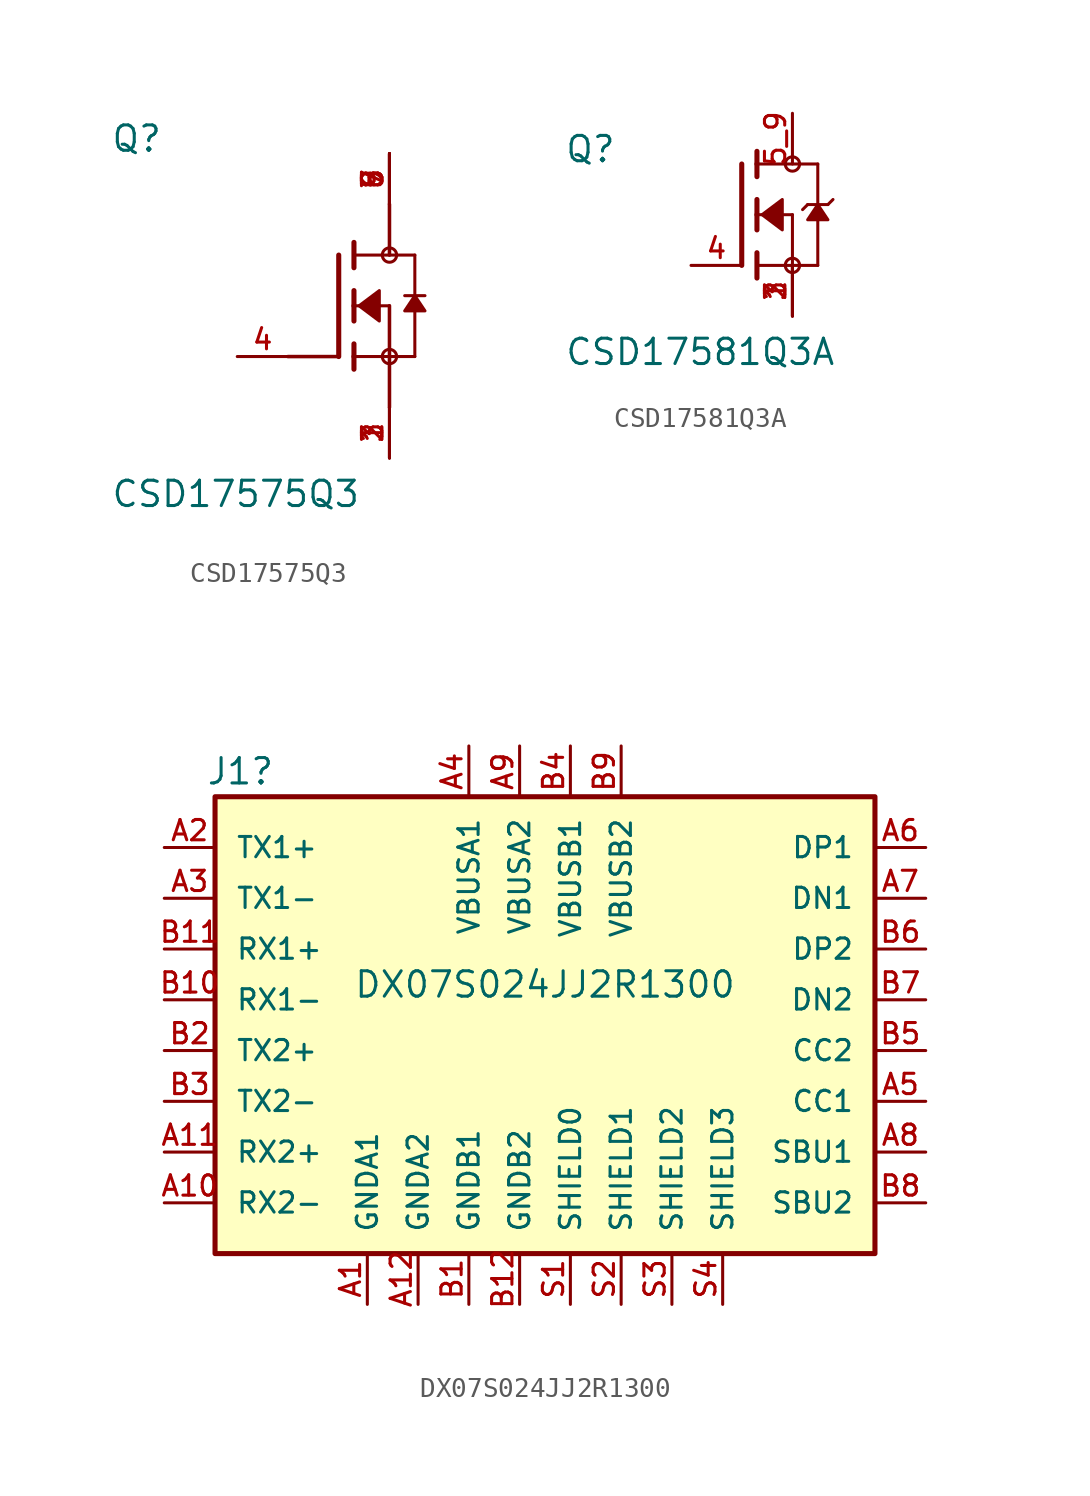
<source format=kicad_sym>
(kicad_symbol_lib
  (version 20241209)
  (generator "kicad_symbol_editor")
  (generator_version "9.0")
  (symbol "CSD17575Q3"
    (pin_names
      (offset 1.016))
    (property "Reference" "Q"
      (at -13.966 7.623 0)
      (effects (font (size 1.27 1.27)) (justify left bottom)))
    (property "Value" "CSD17575Q3"
      (at -13.965 -10.163 0)
      (effects (font (size 1.27 1.27)) (justify left bottom)))
    (symbol "CSD17575Q3_0_0"
      (polyline (pts (xy -5.08 -2.54) (xy -2.54 -2.54)) (stroke (width 0.178) (type default)) (fill (type none)))
      (polyline (pts (xy -2.54 -2.54) (xy -2.54 2.54)) (stroke (width 0.254) (type default)) (fill (type none)))
      (polyline (pts (xy -1.778 1.905) (xy -1.778 3.175)) (stroke (width 0.254) (type default)) (fill (type none)))
      (polyline (pts (xy -1.778 0) (xy -1.778 0.762)) (stroke (width 0.254) (type default)) (fill (type none)))
      (polyline (pts (xy -1.778 0) (xy 0 0)) (stroke (width 0.152) (type default)) (fill (type none)))
      (polyline (pts (xy -1.778 -0.762) (xy -1.778 0)) (stroke (width 0.254) (type default)) (fill (type none)))
      (polyline (pts (xy -1.778 -2.54) (xy -1.778 -1.905)) (stroke (width 0.254) (type default)) (fill (type none)))
      (polyline (pts (xy -1.778 -2.54) (xy 0 -2.54)) (stroke (width 0.152) (type default)) (fill (type none)))
      (polyline (pts (xy -1.778 -3.175) (xy -1.778 -2.54)) (stroke (width 0.254) (type default)) (fill (type none)))
      (polyline (pts (xy -1.524 0) (xy -0.508 -0.762) (xy -0.508 0.762) (xy -1.524 0)) (stroke (width 0.152) (type default)) (fill (type outline)))
      (circle (center 0 2.54) (radius 0.359) (stroke (width 0) (type default)) (fill (type none)))
      (polyline (pts (xy 0 2.54) (xy 0 5.08)) (stroke (width 0.178) (type default)) (fill (type none)))
      (polyline (pts (xy 0 0) (xy 0 -2.54)) (stroke (width 0.178) (type default)) (fill (type none)))
      (polyline (pts (xy 0 -2.54) (xy 0 -5.08)) (stroke (width 0.178) (type default)) (fill (type none)))
      (polyline (pts (xy 0 -2.54) (xy 1.27 -2.54)) (stroke (width 0.152) (type default)) (fill (type none)))
      (circle (center 0 -2.54) (radius 0.359) (stroke (width 0) (type default)) (fill (type none)))
      (polyline (pts (xy 0.762 0.508) (xy 1.778 0.508)) (stroke (width 0.152) (type default)) (fill (type none)))
      (polyline (pts (xy 1.27 2.54) (xy -1.778 2.54)) (stroke (width 0.152) (type default)) (fill (type none)))
      (polyline (pts (xy 1.27 0.508) (xy 1.778 -0.254) (xy 0.762 -0.254) (xy 1.27 0.508)) (stroke (width 0.152) (type default)) (fill (type outline)))
      (polyline (pts (xy 1.27 -2.54) (xy 1.27 2.54)) (stroke (width 0.152) (type default)) (fill (type none)))
      (pin passive line (at -7.62 -2.54 0) (length 2.54) (name "~" (effects (font (size 1.016 1.016)))) (number "4" (effects (font (size 1.016 1.016)))))
      (pin passive line (at 0 7.62 270) (length 2.54) (name "~" (effects (font (size 1.016 1.016)))) (number "5" (effects (font (size 1.016 1.016)))))
      (pin passive line (at 0 7.62 270) (length 2.54) (name "~" (effects (font (size 1.016 1.016)))) (number "6" (effects (font (size 1.016 1.016)))))
      (pin passive line (at 0 7.62 270) (length 2.54) (name "~" (effects (font (size 1.016 1.016)))) (number "7" (effects (font (size 1.016 1.016)))))
      (pin passive line (at 0 7.62 270) (length 2.54) (name "~" (effects (font (size 1.016 1.016)))) (number "8" (effects (font (size 1.016 1.016)))))
      (pin passive line (at 0 7.62 270) (length 2.54) (name "~" (effects (font (size 1.016 1.016)))) (number "9" (effects (font (size 1.016 1.016)))))
      (pin passive line (at 0 -7.62 90) (length 2.54) (name "~" (effects (font (size 1.016 1.016)))) (number "1" (effects (font (size 1.016 1.016)))))
      (pin passive line (at 0 -7.62 90) (length 2.54) (name "~" (effects (font (size 1.016 1.016)))) (number "2" (effects (font (size 1.016 1.016)))))
      (pin passive line (at 0 -7.62 90) (length 2.54) (name "~" (effects (font (size 1.016 1.016)))) (number "3" (effects (font (size 1.016 1.016)))))))
  (symbol "CSD17581Q3A"
    (pin_names
      (offset 1.016))
    (property "Reference" "Q"
      (at -8.89 2.54 0)
      (effects (font (size 1.27 1.27)) (justify left bottom)))
    (property "Value" "CSD17581Q3A"
      (at -8.89 -7.62 0)
      (effects (font (size 1.27 1.27)) (justify left bottom)))
    (symbol "CSD17581Q3A_0_0"
      (polyline (pts (xy 0 2.54) (xy 0 -2.54)) (stroke (width 0.254) (type default)) (fill (type none)))
      (polyline (pts (xy 0.762 3.175) (xy 0.762 2.54)) (stroke (width 0.254) (type default)) (fill (type none)))
      (polyline (pts (xy 0.762 2.54) (xy 0.762 1.905)) (stroke (width 0.254) (type default)) (fill (type none)))
      (polyline (pts (xy 0.762 2.54) (xy 3.81 2.54)) (stroke (width 0.152) (type default)) (fill (type none)))
      (polyline (pts (xy 0.762 0.762) (xy 0.762 0)) (stroke (width 0.254) (type default)) (fill (type none)))
      (polyline (pts (xy 0.762 0) (xy 0.762 -0.762)) (stroke (width 0.254) (type default)) (fill (type none)))
      (polyline (pts (xy 0.762 0) (xy 2.54 0)) (stroke (width 0.152) (type default)) (fill (type none)))
      (polyline (pts (xy 0.762 -1.905) (xy 0.762 -3.175)) (stroke (width 0.254) (type default)) (fill (type none)))
      (polyline (pts (xy 1.016 0) (xy 2.032 0.762) (xy 2.032 -0.762) (xy 1.016 0)) (stroke (width 0.152) (type default)) (fill (type outline)))
      (circle (center 2.54 2.54) (radius 0.359) (stroke (width 0) (type default)) (fill (type none)))
      (polyline (pts (xy 2.54 0) (xy 2.54 -2.54)) (stroke (width 0.152) (type default)) (fill (type none)))
      (circle (center 2.54 -2.54) (radius 0.359) (stroke (width 0) (type default)) (fill (type none)))
      (polyline (pts (xy 3.302 0.508) (xy 3.048 0.254)) (stroke (width 0.152) (type default)) (fill (type none)))
      (polyline (pts (xy 3.81 2.54) (xy 3.81 0.508)) (stroke (width 0.152) (type default)) (fill (type none)))
      (polyline (pts (xy 3.81 0.508) (xy 3.302 0.508)) (stroke (width 0.152) (type default)) (fill (type none)))
      (polyline (pts (xy 3.81 0.508) (xy 3.81 -2.54)) (stroke (width 0.152) (type default)) (fill (type none)))
      (polyline (pts (xy 3.81 0.508) (xy 3.302 -0.254) (xy 4.318 -0.254) (xy 3.81 0.508)) (stroke (width 0.152) (type default)) (fill (type outline)))
      (polyline (pts (xy 3.81 -2.54) (xy 0.762 -2.54)) (stroke (width 0.152) (type default)) (fill (type none)))
      (polyline (pts (xy 4.318 0.508) (xy 3.81 0.508)) (stroke (width 0.152) (type default)) (fill (type none)))
      (polyline (pts (xy 4.572 0.762) (xy 4.318 0.508)) (stroke (width 0.152) (type default)) (fill (type none)))
      (pin passive line (at -2.54 -2.54 0) (length 2.54) (name "~" (effects (font (size 1.016 1.016)))) (number "4" (effects (font (size 1.016 1.016)))))
      (pin passive line (at 2.54 5.08 270) (length 2.54) (name "~" (effects (font (size 1.016 1.016)))) (number "5_9" (effects (font (size 1.016 1.016)))))
      (pin passive line (at 2.54 -5.08 90) (length 2.54) (name "~" (effects (font (size 1.016 1.016)))) (number "1" (effects (font (size 1.016 1.016)))))
      (pin passive line (at 2.54 -5.08 90) (length 2.54) (name "~" (effects (font (size 1.016 1.016)))) (number "2" (effects (font (size 1.016 1.016)))))
      (pin passive line (at 2.54 -5.08 90) (length 2.54) (name "~" (effects (font (size 1.016 1.016)))) (number "3" (effects (font (size 1.016 1.016)))))))
  (symbol "DX07S024JJ2R1300"
    (pin_names
      (offset 1.016))
    (property "Reference" "J1"
      (at -15.24 19.05 0)
      (effects (font (size 1.27 1.27))))
    (property "Value" "DX07S024JJ2R1300"
      (at 0 8.382 0)
      (effects (font (size 1.27 1.27))))
    (symbol "DX07S024JJ2R1300_0_0"
      (rectangle (start -16.51 17.78) (end 16.51 -5.08) (stroke (width 0.254) (type default)) (fill (type background)))
      (pin bidirectional line (at -19.05 15.24 0) (length 2.54) (name "TX1+" (effects (font (size 1.016 1.016)))) (number "A2" (effects (font (size 1.016 1.016)))))
      (pin bidirectional line (at -19.05 12.7 0) (length 2.54) (name "TX1-" (effects (font (size 1.016 1.016)))) (number "A3" (effects (font (size 1.016 1.016)))))
      (pin bidirectional line (at -19.05 10.16 0) (length 2.54) (name "RX1+" (effects (font (size 1.016 1.016)))) (number "B11" (effects (font (size 1.016 1.016)))))
      (pin bidirectional line (at -19.05 7.62 0) (length 2.54) (name "RX1-" (effects (font (size 1.016 1.016)))) (number "B10" (effects (font (size 1.016 1.016)))))
      (pin bidirectional line (at -19.05 5.08 0) (length 2.54) (name "TX2+" (effects (font (size 1.016 1.016)))) (number "B2" (effects (font (size 1.016 1.016)))))
      (pin bidirectional line (at -19.05 2.54 0) (length 2.54) (name "TX2-" (effects (font (size 1.016 1.016)))) (number "B3" (effects (font (size 1.016 1.016)))))
      (pin bidirectional line (at -19.05 0 0) (length 2.54) (name "RX2+" (effects (font (size 1.016 1.016)))) (number "A11" (effects (font (size 1.016 1.016)))))
      (pin bidirectional line (at -19.05 -2.54 0) (length 2.54) (name "RX2-" (effects (font (size 1.016 1.016)))) (number "A10" (effects (font (size 1.016 1.016)))))
      (pin power_in line (at -8.89 -7.62 90) (length 2.54) (name "GNDA1" (effects (font (size 1.016 1.016)))) (number "A1" (effects (font (size 1.016 1.016)))))
      (pin power_in line (at -6.35 -7.62 90) (length 2.54) (name "GNDA2" (effects (font (size 1.016 1.016)))) (number "A12" (effects (font (size 1.016 1.016)))))
      (pin power_in line (at -3.81 20.32 270) (length 2.54) (name "VBUSA1" (effects (font (size 1.016 1.016)))) (number "A4" (effects (font (size 1.016 1.016)))))
      (pin power_in line (at -3.81 -7.62 90) (length 2.54) (name "GNDB1" (effects (font (size 1.016 1.016)))) (number "B1" (effects (font (size 1.016 1.016)))))
      (pin power_in line (at -1.27 20.32 270) (length 2.54) (name "VBUSA2" (effects (font (size 1.016 1.016)))) (number "A9" (effects (font (size 1.016 1.016)))))
      (pin power_in line (at -1.27 -7.62 90) (length 2.54) (name "GNDB2" (effects (font (size 1.016 1.016)))) (number "B12" (effects (font (size 1.016 1.016)))))
      (pin power_in line (at 1.27 20.32 270) (length 2.54) (name "VBUSB1" (effects (font (size 1.016 1.016)))) (number "B4" (effects (font (size 1.016 1.016)))))
      (pin power_in line (at 3.81 20.32 270) (length 2.54) (name "VBUSB2" (effects (font (size 1.016 1.016)))) (number "B9" (effects (font (size 1.016 1.016)))))
      (pin bidirectional line (at 19.05 5.08 180) (length 2.54) (name "CC2" (effects (font (size 1.016 1.016)))) (number "B5" (effects (font (size 1.016 1.016)))))
      (pin bidirectional line (at 19.05 2.54 180) (length 2.54) (name "CC1" (effects (font (size 1.016 1.016)))) (number "A5" (effects (font (size 1.016 1.016)))))
      (pin bidirectional line (at 19.05 0 180) (length 2.54) (name "SBU1" (effects (font (size 1.016 1.016)))) (number "A8" (effects (font (size 1.016 1.016)))))
      (pin bidirectional line (at 19.05 -2.54 180) (length 2.54) (name "SBU2" (effects (font (size 1.016 1.016)))) (number "B8" (effects (font (size 1.016 1.016))))))
    (symbol "DX07S024JJ2R1300_1_0"
      (pin passive line (at 1.27 -7.62 90) (length 2.54) (name "SHIELD0" (effects (font (size 1.016 1.016)))) (number "S1" (effects (font (size 1.016 1.016)))))
      (pin passive line (at 3.81 -7.62 90) (length 2.54) (name "SHIELD1" (effects (font (size 1.016 1.016)))) (number "S2" (effects (font (size 1.016 1.016)))))
      (pin passive line (at 6.35 -7.62 90) (length 2.54) (name "SHIELD2" (effects (font (size 1.016 1.016)))) (number "S3" (effects (font (size 1.016 1.016)))))
      (pin passive line (at 8.89 -7.62 90) (length 2.54) (name "SHIELD3" (effects (font (size 1.016 1.016)))) (number "S4" (effects (font (size 1.016 1.016)))))
      (pin bidirectional line (at 19.05 15.24 180) (length 2.54) (name "DP1" (effects (font (size 1.016 1.016)))) (number "A6" (effects (font (size 1.016 1.016)))))
      (pin bidirectional line (at 19.05 12.7 180) (length 2.54) (name "DN1" (effects (font (size 1.016 1.016)))) (number "A7" (effects (font (size 1.016 1.016)))))
      (pin bidirectional line (at 19.05 10.16 180) (length 2.54) (name "DP2" (effects (font (size 1.016 1.016)))) (number "B6" (effects (font (size 1.016 1.016)))))
      (pin bidirectional line (at 19.05 7.62 180) (length 2.54) (name "DN2" (effects (font (size 1.016 1.016)))) (number "B7" (effects (font (size 1.016 1.016))))))))
</source>
